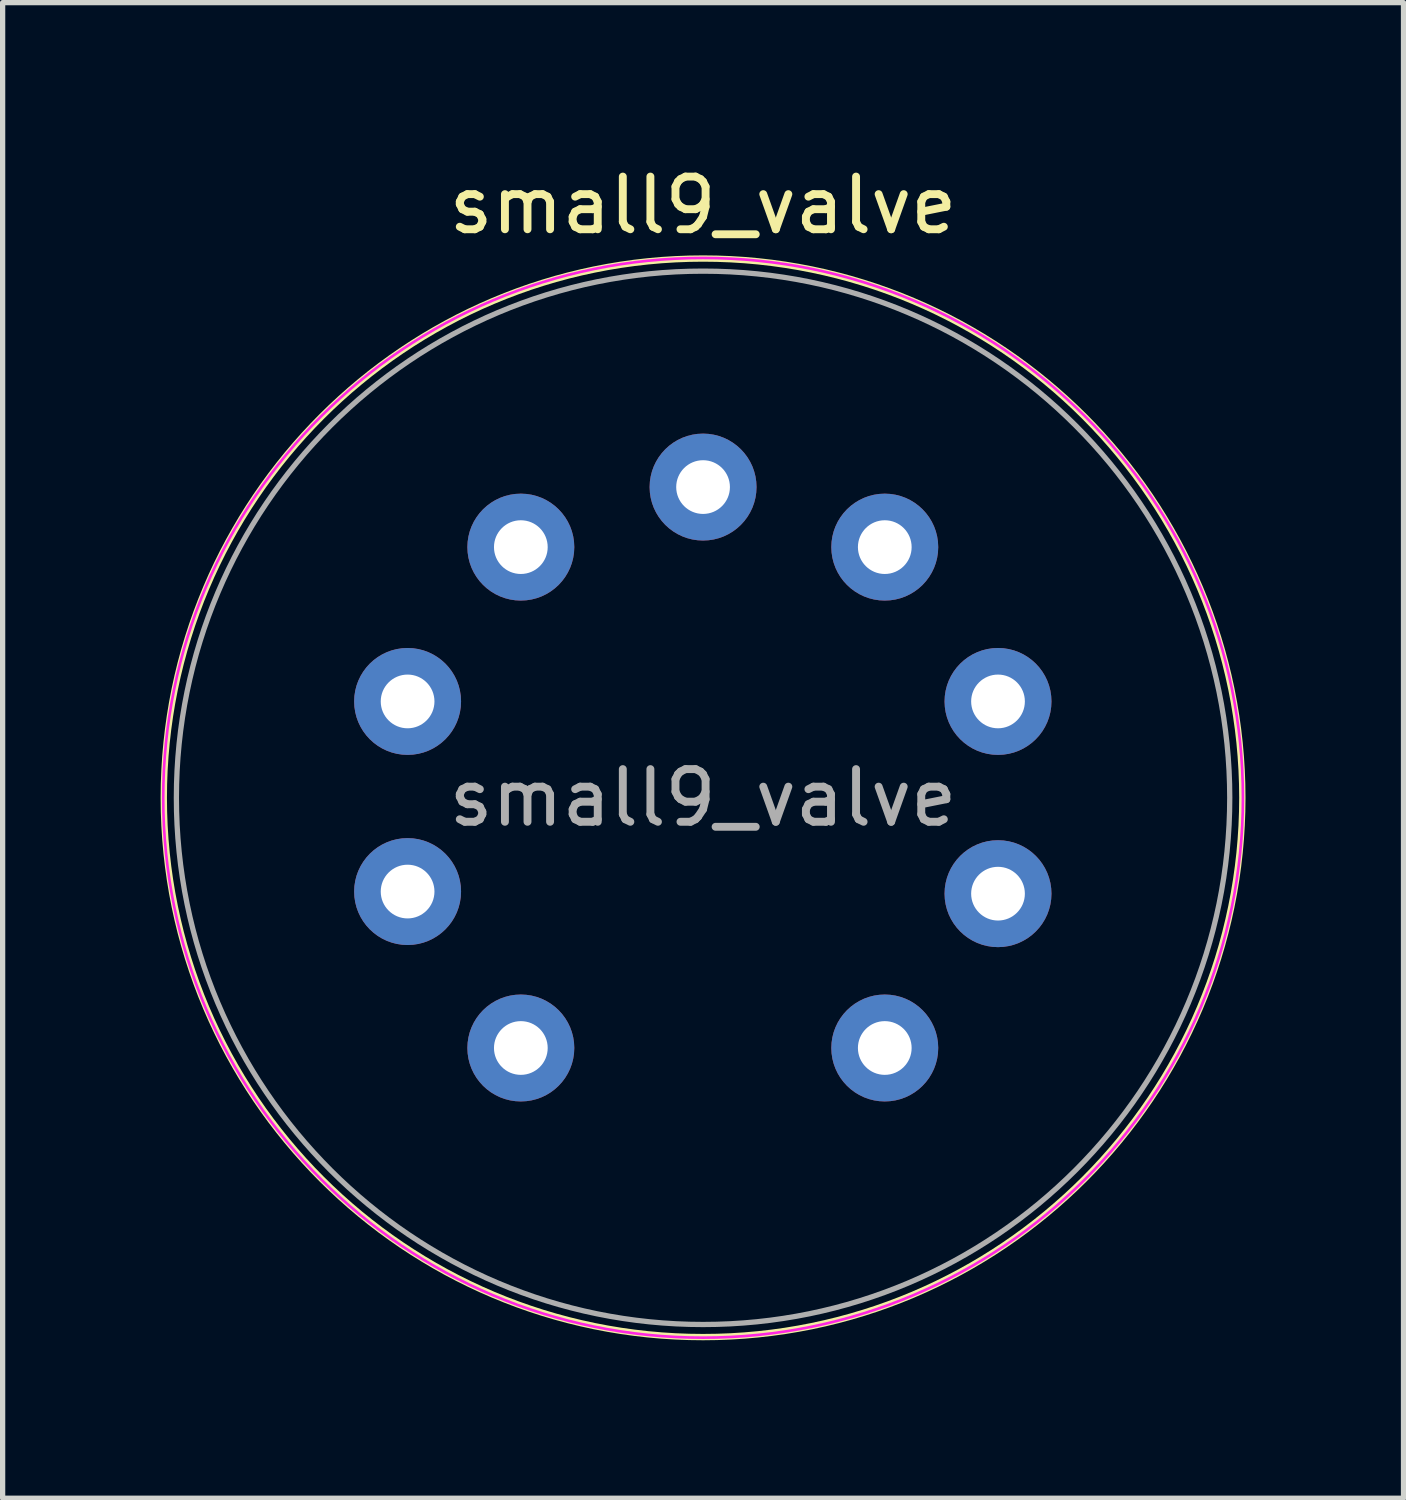
<source format=kicad_pcb>
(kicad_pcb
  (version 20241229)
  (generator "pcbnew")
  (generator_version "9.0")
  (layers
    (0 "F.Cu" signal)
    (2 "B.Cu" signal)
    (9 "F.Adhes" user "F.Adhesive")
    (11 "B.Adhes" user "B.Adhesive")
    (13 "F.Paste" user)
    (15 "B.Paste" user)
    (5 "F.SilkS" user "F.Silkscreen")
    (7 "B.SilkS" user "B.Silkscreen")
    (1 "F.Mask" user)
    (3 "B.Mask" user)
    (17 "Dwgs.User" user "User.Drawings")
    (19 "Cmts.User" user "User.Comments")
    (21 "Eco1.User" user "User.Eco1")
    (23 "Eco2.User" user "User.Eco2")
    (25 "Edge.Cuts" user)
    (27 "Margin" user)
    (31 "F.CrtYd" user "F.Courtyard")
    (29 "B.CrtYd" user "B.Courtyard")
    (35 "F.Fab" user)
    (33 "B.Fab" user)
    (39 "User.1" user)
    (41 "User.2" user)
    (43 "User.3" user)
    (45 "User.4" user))
  (footprint "small9_valve"
    (layer "F.Cu")
    (at 13.749 16.848)
    (property "Reference" "small9_valve" (at -3.45 -16 0) (layer "F.SilkS") (effects (font (size 1 1) (thickness 0.15))))
    (attr through_hole)
    (fp_circle (center -3.45 -4.75) (end 6.71 -3.48) (stroke (width 0.12) (type solid)) (fill no) (layer "F.SilkS"))
    (fp_circle (center -3.45 -4.75) (end -3.45 -15) (stroke (width 0.05) (type solid)) (fill no) (layer "F.CrtYd"))
    (fp_circle (center -3.45 -4.75) (end -3.45 -14.75) (stroke (width 0.1) (type solid)) (fill no) (layer "F.Fab"))
    (fp_text user "${REFERENCE}" (at -3.45 -4.75 0) (layer "F.Fab") (effects (font (size 1 1) (thickness 0.15))))
    (pad "1" thru_hole circle (at 0 0) (size 2.03 2.03) (drill 1.02) (layers "*.Cu" "*.Mask"))
    (pad "2" thru_hole circle (at 2.15 -2.93) (size 2.03 2.03) (drill 1.02) (layers "*.Cu" "*.Mask"))
    (pad "3" thru_hole circle (at 2.15 -6.58) (size 2.03 2.03) (drill 1.02) (layers "*.Cu" "*.Mask"))
    (pad "4" thru_hole circle (at 0 -9.51) (size 2.03 2.03) (drill 1.02) (layers "*.Cu" "*.Mask"))
    (pad "5" thru_hole circle (at -3.45 -10.65) (size 2.03 2.03) (drill 1.02) (layers "*.Cu" "*.Mask"))
    (pad "6" thru_hole circle (at -6.91 -9.51) (size 2.03 2.03) (drill 1.02) (layers "*.Cu" "*.Mask"))
    (pad "7" thru_hole circle (at -9.06 -6.58) (size 2.03 2.03) (drill 1.02) (layers "*.Cu" "*.Mask"))
    (pad "8" thru_hole circle (at -9.06 -2.97) (size 2.03 2.03) (drill 1.02) (layers "*.Cu" "*.Mask"))
    (pad "9" thru_hole circle (at -6.91 0) (size 2.03 2.03) (drill 1.02) (layers "*.Cu" "*.Mask")))
  (gr_rect
    (start -3 -3)
    (end 23.598 25.397)
    (stroke (width 0.1) (type default))
    (fill no)
    (layer "Edge.Cuts")))
</source>
